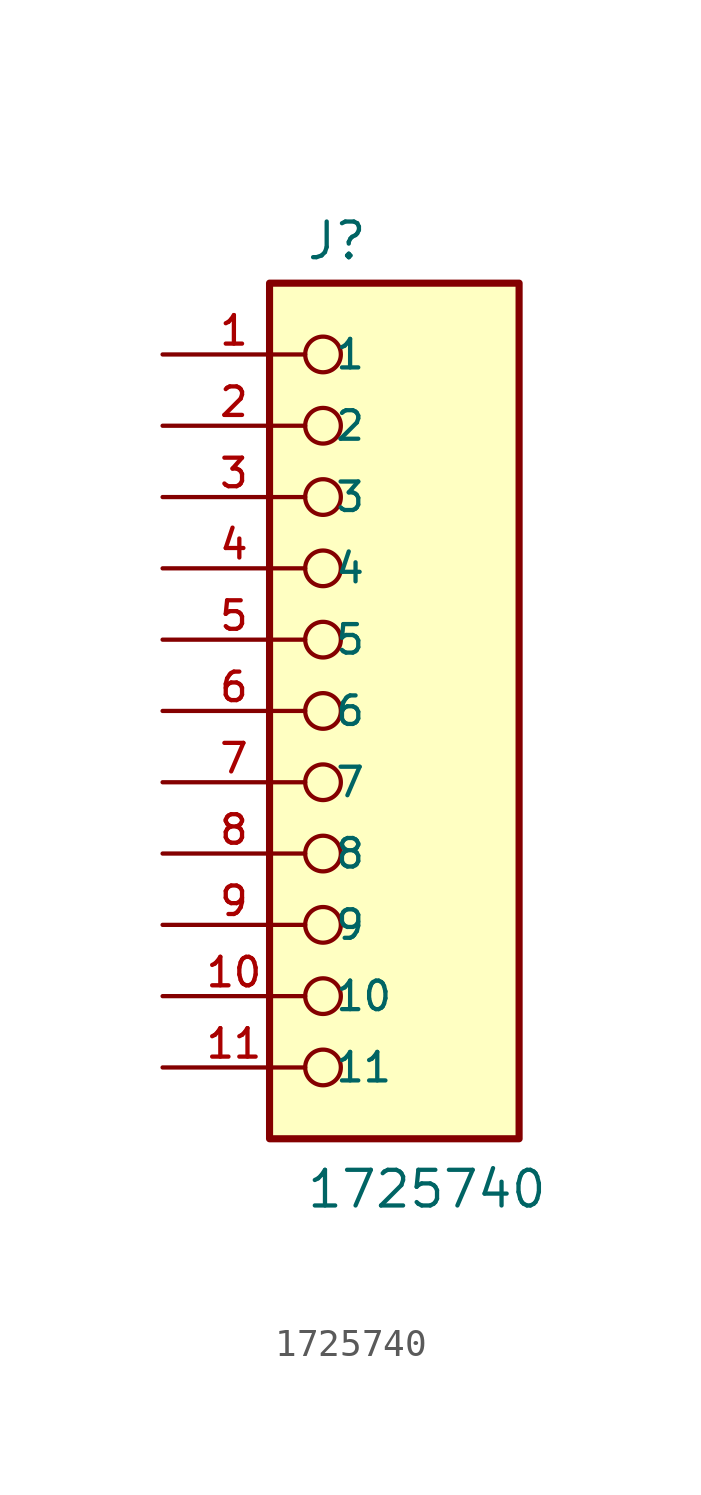
<source format=kicad_sym>
(kicad_symbol_lib
  (version 20211014)
  (generator kicad_symbol_editor)
  (symbol "1725740"
    (pin_names
      (offset 1.016))
    (property "Reference" "J"
      (at -2.54 16.002 0)
      (effects (font (size 1.27 1.27)) (justify bottom left)))
    (property "Value" "1725740"
      (at -2.54 -17.78 0)
      (effects (font (size 1.27 1.27)) (justify bottom left)))
    (symbol "1725740_0_0"
      (circle (center -1.905 12.7) (radius 0.635) (stroke (width 0.152)) (fill (type none)))
      (circle (center -1.905 10.16) (radius 0.635) (stroke (width 0.152)) (fill (type none)))
      (circle (center -1.905 7.62) (radius 0.635) (stroke (width 0.152)) (fill (type none)))
      (circle (center -1.905 5.08) (radius 0.635) (stroke (width 0.152)) (fill (type none)))
      (circle (center -1.905 2.54) (radius 0.635) (stroke (width 0.152)) (fill (type none)))
      (circle (center -1.905 0.0) (radius 0.635) (stroke (width 0.152)) (fill (type none)))
      (circle (center -1.905 -2.54) (radius 0.635) (stroke (width 0.152)) (fill (type none)))
      (circle (center -1.905 -5.08) (radius 0.635) (stroke (width 0.152)) (fill (type none)))
      (circle (center -1.905 -7.62) (radius 0.635) (stroke (width 0.152)) (fill (type none)))
      (circle (center -1.905 -10.16) (radius 0.635) (stroke (width 0.152)) (fill (type none)))
      (circle (center -1.905 -12.7) (radius 0.635) (stroke (width 0.152)) (fill (type none)))
      (rectangle (start -3.81 -15.24) (end 5.08 15.24) (stroke (width 0.254)) (fill (type background)))
      (pin passive line (at -7.62 12.7 0) (length 5.08) (name "1" (effects (font (size 1.016 1.016)))) (number "1" (effects (font (size 1.016 1.016)))))
      (pin passive line (at -7.62 10.16 0) (length 5.08) (name "2" (effects (font (size 1.016 1.016)))) (number "2" (effects (font (size 1.016 1.016)))))
      (pin passive line (at -7.62 7.62 0) (length 5.08) (name "3" (effects (font (size 1.016 1.016)))) (number "3" (effects (font (size 1.016 1.016)))))
      (pin passive line (at -7.62 5.08 0) (length 5.08) (name "4" (effects (font (size 1.016 1.016)))) (number "4" (effects (font (size 1.016 1.016)))))
      (pin passive line (at -7.62 2.54 0) (length 5.08) (name "5" (effects (font (size 1.016 1.016)))) (number "5" (effects (font (size 1.016 1.016)))))
      (pin passive line (at -7.62 0.0 0) (length 5.08) (name "6" (effects (font (size 1.016 1.016)))) (number "6" (effects (font (size 1.016 1.016)))))
      (pin passive line (at -7.62 -2.54 0) (length 5.08) (name "7" (effects (font (size 1.016 1.016)))) (number "7" (effects (font (size 1.016 1.016)))))
      (pin passive line (at -7.62 -5.08 0) (length 5.08) (name "8" (effects (font (size 1.016 1.016)))) (number "8" (effects (font (size 1.016 1.016)))))
      (pin passive line (at -7.62 -7.62 0) (length 5.08) (name "9" (effects (font (size 1.016 1.016)))) (number "9" (effects (font (size 1.016 1.016)))))
      (pin passive line (at -7.62 -10.16 0) (length 5.08) (name "10" (effects (font (size 1.016 1.016)))) (number "10" (effects (font (size 1.016 1.016)))))
      (pin passive line (at -7.62 -12.7 0) (length 5.08) (name "11" (effects (font (size 1.016 1.016)))) (number "11" (effects (font (size 1.016 1.016))))))))
</source>
